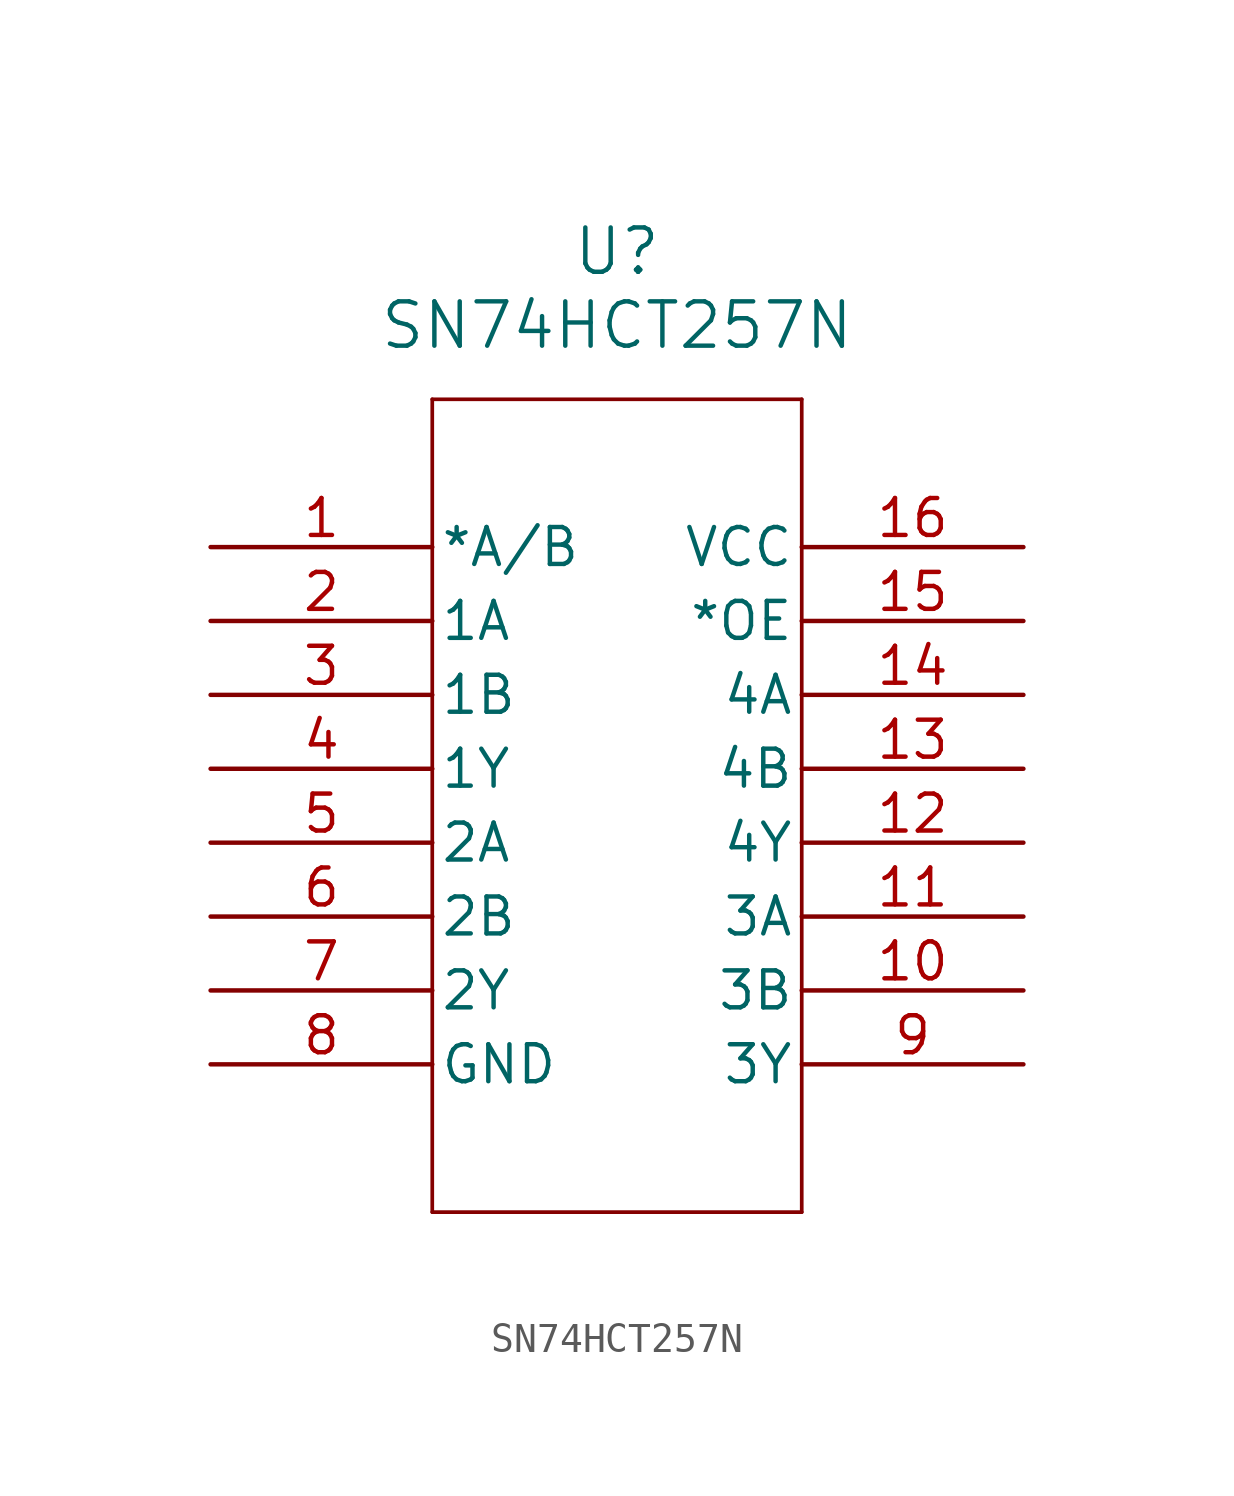
<source format=kicad_sym>
(kicad_symbol_lib
  (version 20231120)
  (generator "kicad_symbol_editor")
  (generator_version "8.0")
  (symbol "SN74HCT257N"
    (pin_names
      (offset 0.254))
    (property "Reference" "U"
      (at 27.94 10.16 0)
      (effects (font (size 1.524 1.524))))
    (property "Value" "SN74HCT257N"
      (at 27.94 7.62 0)
      (effects (font (size 1.524 1.524))))
    (property "ki_locked" ""
      (at 0 0 0)
      (effects (font (size 1.27 1.27))))
    (symbol "SN74HCT257N_0_1"
      (polyline (pts (xy 21.59 -22.86) (xy 34.29 -22.86)) (stroke (width 0.127) (type default)) (fill (type none)))
      (polyline (pts (xy 21.59 5.08) (xy 21.59 -22.86)) (stroke (width 0.127) (type default)) (fill (type none)))
      (polyline (pts (xy 34.29 -22.86) (xy 34.29 5.08)) (stroke (width 0.127) (type default)) (fill (type none)))
      (polyline (pts (xy 34.29 5.08) (xy 21.59 5.08)) (stroke (width 0.127) (type default)) (fill (type none)))
      (pin input line (at 13.97 0 0) (length 7.62) (name "*A/B" (effects (font (size 1.27 1.27)))) (number "1" (effects (font (size 1.27 1.27)))))
      (pin input line (at 41.91 -15.24 180) (length 7.62) (name "3B" (effects (font (size 1.27 1.27)))) (number "10" (effects (font (size 1.27 1.27)))))
      (pin input line (at 41.91 -12.7 180) (length 7.62) (name "3A" (effects (font (size 1.27 1.27)))) (number "11" (effects (font (size 1.27 1.27)))))
      (pin output line (at 41.91 -10.16 180) (length 7.62) (name "4Y" (effects (font (size 1.27 1.27)))) (number "12" (effects (font (size 1.27 1.27)))))
      (pin input line (at 41.91 -7.62 180) (length 7.62) (name "4B" (effects (font (size 1.27 1.27)))) (number "13" (effects (font (size 1.27 1.27)))))
      (pin input line (at 41.91 -5.08 180) (length 7.62) (name "4A" (effects (font (size 1.27 1.27)))) (number "14" (effects (font (size 1.27 1.27)))))
      (pin input line (at 41.91 -2.54 180) (length 7.62) (name "*OE" (effects (font (size 1.27 1.27)))) (number "15" (effects (font (size 1.27 1.27)))))
      (pin power_in line (at 41.91 0 180) (length 7.62) (name "VCC" (effects (font (size 1.27 1.27)))) (number "16" (effects (font (size 1.27 1.27)))))
      (pin input line (at 13.97 -2.54 0) (length 7.62) (name "1A" (effects (font (size 1.27 1.27)))) (number "2" (effects (font (size 1.27 1.27)))))
      (pin input line (at 13.97 -5.08 0) (length 7.62) (name "1B" (effects (font (size 1.27 1.27)))) (number "3" (effects (font (size 1.27 1.27)))))
      (pin output line (at 13.97 -7.62 0) (length 7.62) (name "1Y" (effects (font (size 1.27 1.27)))) (number "4" (effects (font (size 1.27 1.27)))))
      (pin input line (at 13.97 -10.16 0) (length 7.62) (name "2A" (effects (font (size 1.27 1.27)))) (number "5" (effects (font (size 1.27 1.27)))))
      (pin input line (at 13.97 -12.7 0) (length 7.62) (name "2B" (effects (font (size 1.27 1.27)))) (number "6" (effects (font (size 1.27 1.27)))))
      (pin output line (at 13.97 -15.24 0) (length 7.62) (name "2Y" (effects (font (size 1.27 1.27)))) (number "7" (effects (font (size 1.27 1.27)))))
      (pin power_in line (at 13.97 -17.78 0) (length 7.62) (name "GND" (effects (font (size 1.27 1.27)))) (number "8" (effects (font (size 1.27 1.27)))))
      (pin output line (at 41.91 -17.78 180) (length 7.62) (name "3Y" (effects (font (size 1.27 1.27)))) (number "9" (effects (font (size 1.27 1.27))))))))
</source>
